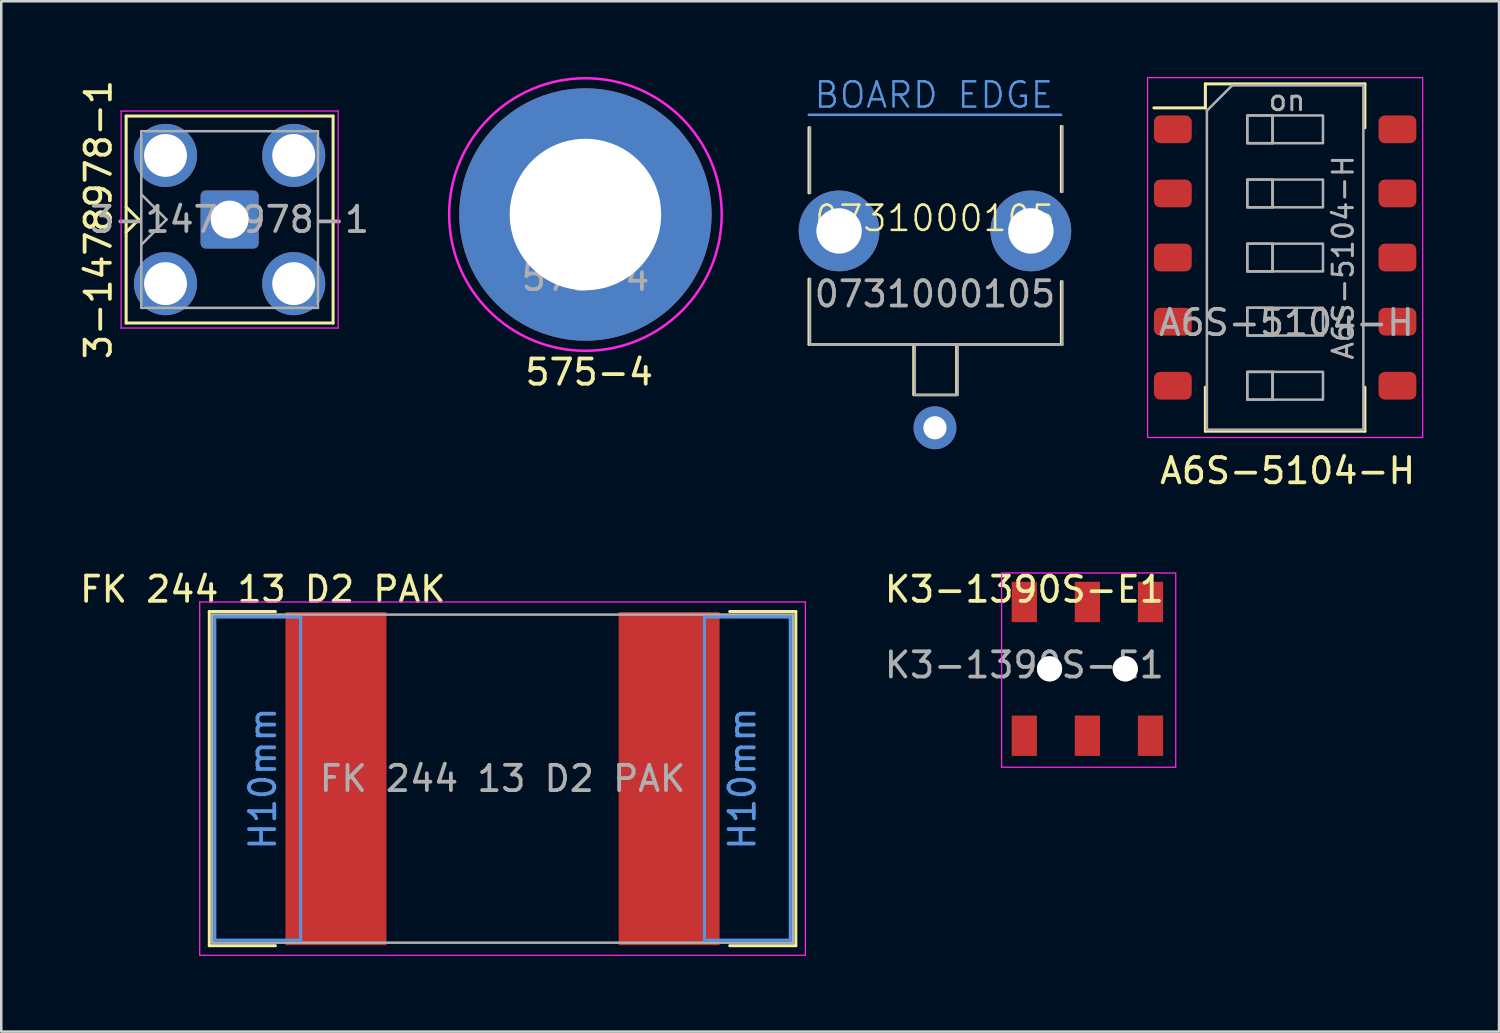
<source format=kicad_pcb>
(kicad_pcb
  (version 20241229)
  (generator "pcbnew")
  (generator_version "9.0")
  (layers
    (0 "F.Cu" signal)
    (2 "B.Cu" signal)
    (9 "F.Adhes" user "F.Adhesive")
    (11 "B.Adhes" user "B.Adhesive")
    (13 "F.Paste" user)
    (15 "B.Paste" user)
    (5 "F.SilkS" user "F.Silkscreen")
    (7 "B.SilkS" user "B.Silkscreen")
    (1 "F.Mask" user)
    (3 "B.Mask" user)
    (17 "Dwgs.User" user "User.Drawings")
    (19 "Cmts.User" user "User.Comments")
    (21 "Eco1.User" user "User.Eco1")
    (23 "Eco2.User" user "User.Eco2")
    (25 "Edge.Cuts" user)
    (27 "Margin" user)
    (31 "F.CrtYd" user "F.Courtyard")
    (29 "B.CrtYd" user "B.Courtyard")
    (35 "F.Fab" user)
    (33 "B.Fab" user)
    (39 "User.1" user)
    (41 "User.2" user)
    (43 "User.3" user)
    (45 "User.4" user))
  (footprint "3-1478978-1"
    (layer "F.Cu")
    (at 6.048 5.649)
    (property "Reference" "3-1478978-1" (at -5.2 0 90) (layer "F.SilkS") (effects (font (size 1 1) (thickness 0.15))))
    (attr through_hole)
    (fp_line (start -4.1 -4.1) (end -4.1 4.1) (stroke (width 0.12) (type solid)) (layer "F.SilkS"))
    (fp_line (start -4.1 -4.1) (end 4.1 -4.1) (stroke (width 0.12) (type solid)) (layer "F.SilkS"))
    (fp_line (start -4.1 0.5) (end -3.6 0) (stroke (width 0.12) (type solid)) (layer "F.SilkS"))
    (fp_line (start -4.1 4.1) (end 4.1 4.1) (stroke (width 0.12) (type solid)) (layer "F.SilkS"))
    (fp_line (start -3.6 0) (end -4.1 -0.5) (stroke (width 0.12) (type solid)) (layer "F.SilkS"))
    (fp_line (start 4.1 -4.1) (end 4.1 4.1) (stroke (width 0.12) (type solid)) (layer "F.SilkS"))
    (fp_line (start -4.3 -4.3) (end -4.3 4.3) (stroke (width 0.05) (type solid)) (layer "F.CrtYd"))
    (fp_line (start -4.3 -4.3) (end 4.3 -4.3) (stroke (width 0.05) (type solid)) (layer "F.CrtYd"))
    (fp_line (start 4.3 4.3) (end -4.3 4.3) (stroke (width 0.05) (type solid)) (layer "F.CrtYd"))
    (fp_line (start 4.3 4.3) (end 4.3 -4.3) (stroke (width 0.05) (type solid)) (layer "F.CrtYd"))
    (fp_line (start -3.5 -3.5) (end -3.5 3.5) (stroke (width 0.1) (type solid)) (layer "F.Fab"))
    (fp_line (start -3.5 -3.5) (end 3.5 -3.5) (stroke (width 0.1) (type solid)) (layer "F.Fab"))
    (fp_line (start -3.5 -1) (end -2.5 0) (stroke (width 0.1) (type solid)) (layer "F.Fab"))
    (fp_line (start -3.5 3.5) (end 3.5 3.5) (stroke (width 0.1) (type solid)) (layer "F.Fab"))
    (fp_line (start -2.5 0) (end -3.5 1) (stroke (width 0.1) (type solid)) (layer "F.Fab"))
    (fp_line (start 3.5 -3.5) (end 3.5 3.5) (stroke (width 0.1) (type solid)) (layer "F.Fab"))
    (fp_text user "${REFERENCE}" (at 0 0 0) (layer "F.Fab") (effects (font (size 1 1) (thickness 0.15))))
    (pad "1" thru_hole roundrect (at 0 0) (size 2.3 2.3) (drill 1.5) (layers "*.Cu" "*.Mask") (remove_unused_layers yes) (keep_end_layers yes) (zone_layer_connections) (roundrect_rratio 0.087))
    (pad "2" thru_hole circle (at -2.54 -2.54) (size 2.5 2.5) (drill 1.7) (layers "*.Cu" "*.Mask") (remove_unused_layers yes) (keep_end_layers yes) (zone_layer_connections))
    (pad "2" thru_hole circle (at -2.54 2.54) (size 2.5 2.5) (drill 1.7) (layers "*.Cu" "*.Mask") (remove_unused_layers yes) (keep_end_layers yes) (zone_layer_connections))
    (pad "2" thru_hole circle (at 2.54 -2.54) (size 2.5 2.5) (drill 1.7) (layers "*.Cu" "*.Mask") (remove_unused_layers yes) (keep_end_layers yes) (zone_layer_connections))
    (pad "2" thru_hole circle (at 2.54 2.54) (size 2.5 2.5) (drill 1.7) (layers "*.Cu" "*.Mask") (remove_unused_layers yes) (keep_end_layers yes) (zone_layer_connections)))
  (footprint "0731000105"
    (layer "F.Cu")
    (at 33.997 6.1)
    (property "Reference" "0731000105" (at 0 -0.5 0) (unlocked yes) (layer "F.SilkS") (effects (font (size 1 1) (thickness 0.1))))
    (attr smd)
    (fp_line (start -5 -4.1) (end -5 -1.5) (stroke (width 0.1) (type default)) (layer "F.SilkS"))
    (fp_line (start -5 1.9) (end -5 4.5) (stroke (width 0.1) (type default)) (layer "F.SilkS"))
    (fp_line (start -5 4.5) (end 5 4.5) (stroke (width 0.1) (type default)) (layer "F.SilkS"))
    (fp_line (start 5 -4.15) (end 5 -1.55) (stroke (width 0.1) (type default)) (layer "F.SilkS"))
    (fp_line (start 5 4.5) (end 5 2) (stroke (width 0.1) (type default)) (layer "F.SilkS"))
    (fp_rect (start -0.85 4.5) (end 0.85 6.5) (stroke (width 0.1) (type default)) (fill no) (layer "F.SilkS"))
    (fp_line (start -5 -4.6) (end 5 -4.6) (stroke (width 0.1) (type solid)) (layer "Cmts.User"))
    (fp_line (start -4.95 -4.1) (end -4.95 -1.5) (stroke (width 0.1) (type solid)) (layer "F.Fab"))
    (fp_line (start -4.95 1.9) (end -4.95 4.5) (stroke (width 0.1) (type solid)) (layer "F.Fab"))
    (fp_line (start -4.95 4.5) (end 5.05 4.5) (stroke (width 0.1) (type solid)) (layer "F.Fab"))
    (fp_line (start 5.05 -4.15) (end 5.05 -1.55) (stroke (width 0.1) (type solid)) (layer "F.Fab"))
    (fp_line (start 5.05 4.5) (end 5.05 2) (stroke (width 0.1) (type solid)) (layer "F.Fab"))
    (fp_rect (start -0.8 4.5) (end 0.9 6.5) (stroke (width 0.1) (type solid)) (fill no) (layer "F.Fab"))
    (fp_text user "BOARD EDGE" (at -4.85 -4.8 0) (unlocked yes) (layer "Cmts.User") (effects (font (size 1 1) (thickness 0.1)) (justify left bottom)))
    (fp_text user "${REFERENCE}" (at 0 2.5 0) (unlocked yes) (layer "F.Fab") (effects (font (size 1 1) (thickness 0.15))))
    (pad "1" thru_hole circle (at 0 7.8) (size 1.7 1.7) (drill 0.92) (layers "*.Cu" "*.Mask"))
    (pad "2" thru_hole circle (at -3.8 0) (size 3.2 3.2) (drill 1.8) (layers "*.Cu" "*.Mask"))
    (pad "2" thru_hole circle (at 3.8 0) (size 3.2 3.2) (drill 1.8) (layers "*.Cu" "*.Mask")))
  (footprint "A6S-5104-H"
    (layer "F.Cu")
    (at 47.872 7.155)
    (property "Reference" "A6S-5104-H" (at 0.1 8.45 0) (unlocked yes) (layer "F.SilkS") (effects (font (size 1 1) (thickness 0.15))))
    (attr smd)
    (fp_line (start -5.2 -5.93) (end -3.16 -5.93) (stroke (width 0.12) (type solid)) (layer "F.SilkS"))
    (fp_line (start -3.16 -6.88) (end -3.16 -5.93) (stroke (width 0.12) (type solid)) (layer "F.SilkS"))
    (fp_line (start -3.16 -6.88) (end 3.16 -6.88) (stroke (width 0.12) (type solid)) (layer "F.SilkS"))
    (fp_line (start -3.16 6.88) (end -3.16 5.14) (stroke (width 0.12) (type solid)) (layer "F.SilkS"))
    (fp_line (start -3.16 6.88) (end 3.16 6.88) (stroke (width 0.12) (type solid)) (layer "F.SilkS"))
    (fp_line (start 3.16 -6.88) (end 3.16 -5.14) (stroke (width 0.12) (type solid)) (layer "F.SilkS"))
    (fp_line (start 3.16 6.88) (end 3.16 5.14) (stroke (width 0.12) (type solid)) (layer "F.SilkS"))
    (fp_rect (start -5.45 -7.13) (end 5.45 7.13) (stroke (width 0.05) (type solid)) (fill no) (layer "F.CrtYd"))
    (fp_line (start -3.1 -5.82) (end -2.1 -6.82) (stroke (width 0.1) (type solid)) (layer "F.Fab"))
    (fp_line (start -3.1 6.82) (end -3.1 -5.82) (stroke (width 0.1) (type solid)) (layer "F.Fab"))
    (fp_line (start -2.1 -6.82) (end 3.1 -6.82) (stroke (width 0.1) (type solid)) (layer "F.Fab"))
    (fp_line (start -0.5 -5.63) (end -0.5 -4.53) (stroke (width 0.1) (type solid)) (layer "F.Fab"))
    (fp_line (start -0.5 -3.09) (end -0.5 -1.99) (stroke (width 0.1) (type solid)) (layer "F.Fab"))
    (fp_line (start -0.5 -0.55) (end -0.5 0.55) (stroke (width 0.1) (type solid)) (layer "F.Fab"))
    (fp_line (start -0.5 1.99) (end -0.5 3.09) (stroke (width 0.1) (type solid)) (layer "F.Fab"))
    (fp_line (start -0.5 4.53) (end -0.5 5.63) (stroke (width 0.1) (type solid)) (layer "F.Fab"))
    (fp_line (start 3.1 -6.82) (end 3.1 6.82) (stroke (width 0.1) (type solid)) (layer "F.Fab"))
    (fp_line (start 3.1 6.82) (end -3.1 6.82) (stroke (width 0.1) (type solid)) (layer "F.Fab"))
    (fp_rect (start -1.5 -5.63) (end -0.5 -4.53) (stroke (width 0.1) (type solid)) (fill no) (layer "F.Fab"))
    (fp_rect (start -1.5 -5.63) (end 1.5 -4.53) (stroke (width 0.1) (type solid)) (fill no) (layer "F.Fab"))
    (fp_rect (start -1.5 -3.09) (end -0.5 -1.99) (stroke (width 0.1) (type solid)) (fill no) (layer "F.Fab"))
    (fp_rect (start -1.5 -3.09) (end 1.5 -1.99) (stroke (width 0.1) (type solid)) (fill no) (layer "F.Fab"))
    (fp_rect (start -1.5 -0.55) (end -0.5 0.55) (stroke (width 0.1) (type solid)) (fill no) (layer "F.Fab"))
    (fp_rect (start -1.5 -0.55) (end 1.5 0.55) (stroke (width 0.1) (type solid)) (fill no) (layer "F.Fab"))
    (fp_rect (start -1.5 1.99) (end -0.5 3.09) (stroke (width 0.1) (type solid)) (fill no) (layer "F.Fab"))
    (fp_rect (start -1.5 1.99) (end 1.5 3.09) (stroke (width 0.1) (type solid)) (fill no) (layer "F.Fab"))
    (fp_rect (start -1.5 4.53) (end -0.5 5.63) (stroke (width 0.1) (type solid)) (fill no) (layer "F.Fab"))
    (fp_rect (start -1.5 4.53) (end 1.5 5.63) (stroke (width 0.1) (type solid)) (fill no) (layer "F.Fab"))
    (fp_text user "${REFERENCE}" (at 0.05 2.58 0) (unlocked yes) (layer "F.Fab") (effects (font (size 1 1) (thickness 0.15))))
    (fp_text user "on" (at 0.075 -6.225 0) (layer "F.Fab") (effects (font (size 0.8 0.8) (thickness 0.12))))
    (fp_text user "${REFERENCE}" (at 2.3 0 90) (layer "F.Fab") (effects (font (size 0.8 0.8) (thickness 0.12))))
    (pad "1" smd roundrect (at -4.45 -5.08) (size 1.5 1.1) (layers "F.Cu" "F.Mask" "F.Paste") (roundrect_rratio 0.227))
    (pad "2" smd roundrect (at -4.45 -2.54) (size 1.5 1.1) (layers "F.Cu" "F.Mask" "F.Paste") (roundrect_rratio 0.227))
    (pad "3" smd roundrect (at -4.45 0) (size 1.5 1.1) (layers "F.Cu" "F.Mask" "F.Paste") (roundrect_rratio 0.227))
    (pad "4" smd roundrect (at -4.45 2.54) (size 1.5 1.1) (layers "F.Cu" "F.Mask" "F.Paste") (roundrect_rratio 0.227))
    (pad "5" smd roundrect (at -4.45 5.08) (size 1.5 1.1) (layers "F.Cu" "F.Mask" "F.Paste") (roundrect_rratio 0.227))
    (pad "6" smd roundrect (at 4.45 5.08) (size 1.5 1.1) (layers "F.Cu" "F.Mask" "F.Paste") (roundrect_rratio 0.227))
    (pad "7" smd roundrect (at 4.45 2.54) (size 1.5 1.1) (layers "F.Cu" "F.Mask" "F.Paste") (roundrect_rratio 0.227))
    (pad "8" smd roundrect (at 4.45 0) (size 1.5 1.1) (layers "F.Cu" "F.Mask" "F.Paste") (roundrect_rratio 0.227))
    (pad "9" smd roundrect (at 4.45 -2.54) (size 1.5 1.1) (layers "F.Cu" "F.Mask" "F.Paste") (roundrect_rratio 0.227))
    (pad "10" smd roundrect (at 4.45 -5.08) (size 1.5 1.1) (layers "F.Cu" "F.Mask" "F.Paste") (roundrect_rratio 0.227)))
  (footprint "K3-1390S-E1"
    (layer "F.Cu")
    (at 37.537 20.802)
    (property "Reference" "K3-1390S-E1" (at 0 -0.5 0) (unlocked yes) (layer "F.SilkS") (effects (font (size 1 1) (thickness 0.15))))
    (attr smd)
    (fp_rect (start -0.9 -1.15) (end 6 6.55) (stroke (width 0.05) (type solid)) (fill no) (layer "F.CrtYd"))
    (fp_text user "${REFERENCE}" (at 0 2.5 0) (unlocked yes) (layer "F.Fab") (effects (font (size 1 1) (thickness 0.15))))
    (pad "" np_thru_hole custom (at 1 2.65 90) (size 1 1) (drill 1) (layers "*.Cu" "*.Mask") (options (anchor circle)) (primitives))
    (pad "" np_thru_hole custom (at 4 2.65 90) (size 1 1) (drill 1) (layers "*.Cu" "*.Mask") (options (anchor circle)) (primitives))
    (pad "1" smd rect (at 5 5.3 90) (size 1.6 1) (layers "F.Cu" "F.Mask" "F.Paste"))
    (pad "2" smd rect (at 2.5 5.3 90) (size 1.6 1) (layers "F.Cu" "F.Mask" "F.Paste"))
    (pad "3" smd rect (at 0 5.3 90) (size 1.6 1) (layers "F.Cu" "F.Mask" "F.Paste"))
    (pad "4" smd rect (at 5 0 90) (size 1.6 1) (layers "F.Cu" "F.Mask" "F.Paste"))
    (pad "5" smd rect (at 2.5 0 90) (size 1.6 1) (layers "F.Cu" "F.Mask" "F.Paste"))
    (pad "6" smd rect (at 0 0 90) (size 1.6 1) (layers "F.Cu" "F.Mask" "F.Paste")))
  (footprint "FK 244 13 D2 PAK"
    (layer "F.Cu")
    (at 16.863 27.802)
    (property "Reference" "FK 244 13 D2 PAK" (at -9.5 -7.5 180) (layer "F.SilkS") (effects (font (size 1 1) (thickness 0.15))))
    (attr smd)
    (fp_line (start -11.62 -6.62) (end -9 -6.62) (stroke (width 0.12) (type solid)) (layer "F.SilkS"))
    (fp_line (start -11.62 6.62) (end -11.62 -6.62) (stroke (width 0.12) (type solid)) (layer "F.SilkS"))
    (fp_line (start -11.62 6.62) (end -9 6.62) (stroke (width 0.12) (type solid)) (layer "F.SilkS"))
    (fp_line (start 9 -6.62) (end 11.62 -6.62) (stroke (width 0.12) (type solid)) (layer "F.SilkS"))
    (fp_line (start 9 6.62) (end 11.62 6.62) (stroke (width 0.12) (type solid)) (layer "F.SilkS"))
    (fp_line (start 11.62 -6.62) (end 11.62 6.62) (stroke (width 0.12) (type solid)) (layer "F.SilkS"))
    (fp_line (start -11.4 -6.4) (end -8 -6.4) (stroke (width 0.12) (type solid)) (layer "Cmts.User"))
    (fp_line (start -11.4 6.4) (end -11.4 -6.4) (stroke (width 0.12) (type solid)) (layer "Cmts.User"))
    (fp_line (start -8 -6.4) (end -8 6.4) (stroke (width 0.12) (type solid)) (layer "Cmts.User"))
    (fp_line (start -8 6.4) (end -11.4 6.4) (stroke (width 0.12) (type solid)) (layer "Cmts.User"))
    (fp_line (start 8 6.4) (end 8 -6.4) (stroke (width 0.12) (type solid)) (layer "Cmts.User"))
    (fp_line (start 8 6.4) (end 11.4 6.4) (stroke (width 0.12) (type solid)) (layer "Cmts.User"))
    (fp_line (start 11.4 -6.4) (end 8 -6.4) (stroke (width 0.12) (type solid)) (layer "Cmts.User"))
    (fp_line (start 11.4 6.4) (end 11.4 -6.4) (stroke (width 0.12) (type solid)) (layer "Cmts.User"))
    (fp_line (start -12 -7) (end -12 7) (stroke (width 0.05) (type solid)) (layer "F.CrtYd"))
    (fp_line (start -12 -7) (end 12 -7) (stroke (width 0.05) (type solid)) (layer "F.CrtYd"))
    (fp_line (start 12 7) (end -12 7) (stroke (width 0.05) (type solid)) (layer "F.CrtYd"))
    (fp_line (start 12 7) (end 12 -7) (stroke (width 0.05) (type solid)) (layer "F.CrtYd"))
    (fp_line (start -11.5 -6.5) (end 11.5 -6.5) (stroke (width 0.1) (type solid)) (layer "F.Fab"))
    (fp_line (start -11.5 6.5) (end -11.5 -6.5) (stroke (width 0.1) (type solid)) (layer "F.Fab"))
    (fp_line (start 11.5 -6.5) (end 11.5 6.5) (stroke (width 0.1) (type solid)) (layer "F.Fab"))
    (fp_line (start 11.5 6.5) (end -11.5 6.5) (stroke (width 0.1) (type solid)) (layer "F.Fab"))
    (fp_text user "H10mm" (at 9.5 0 90) (layer "Cmts.User") (effects (font (size 1 1) (thickness 0.15))))
    (fp_text user "H10mm" (at -9.5 0 90) (layer "Cmts.User") (effects (font (size 1 1) (thickness 0.15))))
    (fp_text user "${REFERENCE}" (at 0 0 0) (layer "F.Fab") (effects (font (size 1 1) (thickness 0.15))))
    (pad "1" smd rect (at -6.6 0 180) (size 4 13.2) (layers "F.Cu" "F.Mask" "F.Paste"))
    (pad "1" smd rect (at 6.6 0) (size 4 13.2) (layers "F.Cu" "F.Mask" "F.Paste")))
  (footprint "575-4"
    (layer "F.Cu")
    (at 20.147 5.45)
    (property "Reference" "575-4" (at 0.15 6.25 0) (unlocked yes) (layer "F.SilkS") (effects (font (size 1 1) (thickness 0.15))))
    (attr smd)
    (fp_circle (center 0 0) (end 0 -5.4) (stroke (width 0.1) (type solid)) (fill no) (layer "F.CrtYd"))
    (fp_text user "REF**" (at -2 0 0) (unlocked yes) (layer "F.CrtYd") (effects (font (size 1 1) (thickness 0.15)) (justify left bottom)))
    (fp_text user "${REFERENCE}" (at 0 2.5 0) (unlocked yes) (layer "F.Fab") (effects (font (size 1 1) (thickness 0.15))))
    (pad "1" thru_hole circle (at 0 0) (size 10 10) (drill 6) (layers "*.Cu" "*.Mask")))
  (gr_rect
    (start -3 -3)
    (end 56.347 37.827)
    (stroke (width 0.1) (type default))
    (fill no)
    (layer "Edge.Cuts")))
</source>
